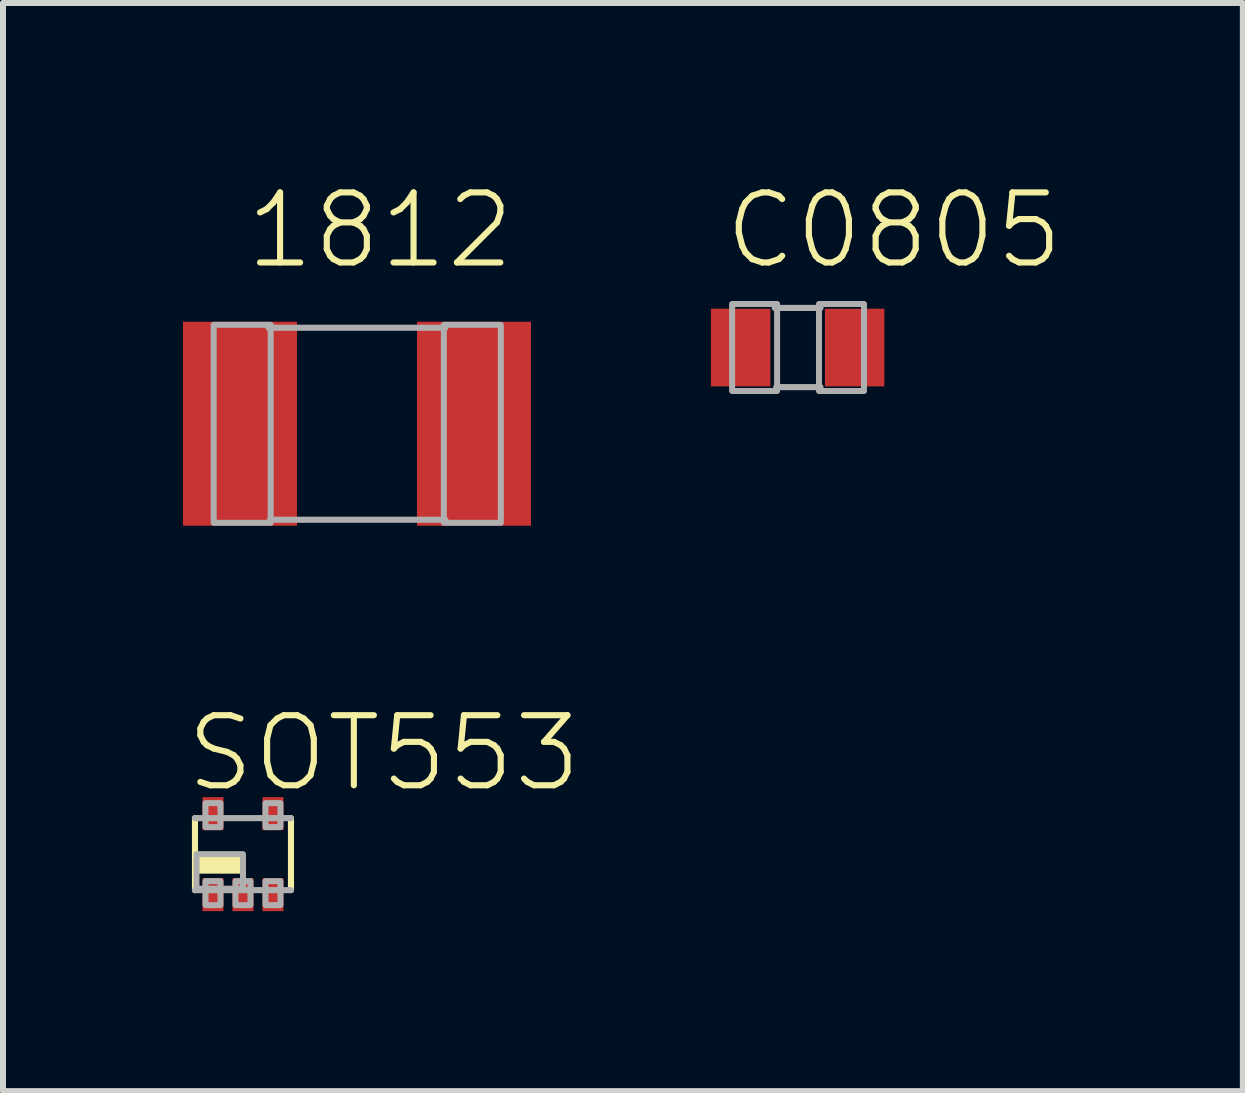
<source format=kicad_pcb>
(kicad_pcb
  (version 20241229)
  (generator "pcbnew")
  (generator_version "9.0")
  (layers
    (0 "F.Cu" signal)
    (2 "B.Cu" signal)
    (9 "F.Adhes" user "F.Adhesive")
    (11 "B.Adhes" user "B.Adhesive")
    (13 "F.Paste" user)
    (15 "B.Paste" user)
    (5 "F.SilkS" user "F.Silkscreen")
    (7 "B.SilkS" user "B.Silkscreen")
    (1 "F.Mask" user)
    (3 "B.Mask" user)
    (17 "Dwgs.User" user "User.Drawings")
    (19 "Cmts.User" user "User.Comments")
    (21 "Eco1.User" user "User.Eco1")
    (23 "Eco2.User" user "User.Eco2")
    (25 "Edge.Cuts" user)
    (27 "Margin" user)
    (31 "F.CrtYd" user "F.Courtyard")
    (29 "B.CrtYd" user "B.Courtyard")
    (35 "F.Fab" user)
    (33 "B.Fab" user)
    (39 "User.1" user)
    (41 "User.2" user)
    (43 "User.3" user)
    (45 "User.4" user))
  (footprint "1812"
    (layer "F.Cu")
    (at 2.9 4.013)
    (property "Reference" "1812" (at -1.905 -2.54 0) (layer "F.SilkS") (effects (font (size 1.168 1.168) (thickness 0.102)) (justify left bottom)))
    (fp_line (start -1.473 -1.6) (end 1.473 -1.6) (stroke (width 0.102) (type solid)) (layer "F.Fab"))
    (fp_line (start -1.448 1.6) (end 1.473 1.6) (stroke (width 0.102) (type solid)) (layer "F.Fab"))
    (fp_poly (pts (xy -2.388 1.651) (xy -1.438 1.651) (xy -1.438 -1.649) (xy -2.388 -1.649)) (stroke (width 0.1) (type solid)) (fill no) (layer "F.Fab"))
    (fp_poly (pts (xy 1.448 1.651) (xy 2.398 1.651) (xy 2.398 -1.649) (xy 1.448 -1.649)) (stroke (width 0.1) (type solid)) (fill no) (layer "F.Fab"))
    (pad "1" smd rect (at -1.95 0) (size 1.9 3.4) (layers "F.Cu" "F.Mask" "F.Paste"))
    (pad "2" smd rect (at 1.95 0) (size 1.9 3.4) (layers "F.Cu" "F.Mask" "F.Paste")))
  (footprint "SOT553"
    (layer "F.Cu")
    (at 1 11.187)
    (property "Reference" "SOT553" (at -1 -1 0) (layer "F.SilkS") (effects (font (size 1.168 1.168) (thickness 0.102)) (justify left bottom)))
    (fp_line (start -0.8 0.6) (end -0.8 -0.6) (stroke (width 0.102) (type solid)) (layer "F.SilkS"))
    (fp_line (start 0.8 -0.6) (end 0.8 0.6) (stroke (width 0.102) (type solid)) (layer "F.SilkS"))
    (fp_poly (pts (xy -0.75 0.325) (xy 0 0.325) (xy 0 0) (xy -0.75 0)) (stroke (width 0) (type solid)) (fill yes) (layer "F.SilkS"))
    (fp_line (start -0.8 -0.6) (end 0.8 -0.6) (stroke (width 0.102) (type solid)) (layer "F.Fab"))
    (fp_line (start 0.8 0.6) (end -0.8 0.6) (stroke (width 0.102) (type solid)) (layer "F.Fab"))
    (fp_poly (pts (xy -0.775 0.575) (xy 0 0.575) (xy 0 0) (xy -0.775 0)) (stroke (width 0.1) (type solid)) (fill no) (layer "F.Fab"))
    (fp_poly (pts (xy -0.625 0.85) (xy -0.375 0.85) (xy -0.375 0.45) (xy -0.625 0.45)) (stroke (width 0.1) (type solid)) (fill no) (layer "F.Fab"))
    (fp_poly (pts (xy -0.375 -0.85) (xy -0.625 -0.85) (xy -0.625 -0.45) (xy -0.375 -0.45)) (stroke (width 0.1) (type solid)) (fill no) (layer "F.Fab"))
    (fp_poly (pts (xy -0.125 0.85) (xy 0.125 0.85) (xy 0.125 0.45) (xy -0.125 0.45)) (stroke (width 0.1) (type solid)) (fill no) (layer "F.Fab"))
    (fp_poly (pts (xy 0.375 0.85) (xy 0.625 0.85) (xy 0.625 0.45) (xy 0.375 0.45)) (stroke (width 0.1) (type solid)) (fill no) (layer "F.Fab"))
    (fp_poly (pts (xy 0.625 -0.85) (xy 0.375 -0.85) (xy 0.375 -0.45) (xy 0.625 -0.45)) (stroke (width 0.1) (type solid)) (fill no) (layer "F.Fab"))
    (pad "1" smd rect (at -0.5 0.675) (size 0.35 0.55) (layers "F.Cu" "F.Mask" "F.Paste"))
    (pad "2" smd rect (at 0 0.675) (size 0.35 0.55) (layers "F.Cu" "F.Mask" "F.Paste"))
    (pad "3" smd rect (at 0.5 0.675) (size 0.35 0.55) (layers "F.Cu" "F.Mask" "F.Paste"))
    (pad "4" smd rect (at 0.5 -0.675 180) (size 0.35 0.55) (layers "F.Cu" "F.Mask" "F.Paste"))
    (pad "5" smd rect (at -0.5 -0.675 180) (size 0.35 0.55) (layers "F.Cu" "F.Mask" "F.Paste")))
  (footprint "C0805"
    (layer "F.Cu")
    (at 10.245 2.743)
    (property "Reference" "C0805" (at -1.27 -1.27 0) (layer "F.SilkS") (effects (font (size 1.168 1.168) (thickness 0.102)) (justify left bottom)))
    (fp_line (start -0.381 -0.66) (end 0.381 -0.66) (stroke (width 0.102) (type solid)) (layer "F.Fab"))
    (fp_line (start -0.356 0.66) (end 0.381 0.66) (stroke (width 0.102) (type solid)) (layer "F.Fab"))
    (fp_poly (pts (xy -1.092 0.724) (xy -0.342 0.724) (xy -0.342 -0.726) (xy -1.092 -0.726)) (stroke (width 0.1) (type solid)) (fill no) (layer "F.Fab"))
    (fp_poly (pts (xy 0.356 0.724) (xy 1.106 0.724) (xy 1.106 -0.726) (xy 0.356 -0.726)) (stroke (width 0.1) (type solid)) (fill no) (layer "F.Fab"))
    (pad "1" smd rect (at -0.95 0) (size 0.991 1.295) (layers "F.Cu" "F.Mask" "F.Paste"))
    (pad "2" smd rect (at 0.95 0) (size 0.991 1.295) (layers "F.Cu" "F.Mask" "F.Paste")))
  (gr_rect
    (start -3 -3)
    (end 17.666 15.137)
    (stroke (width 0.1) (type default))
    (fill no)
    (layer "Edge.Cuts")))
</source>
